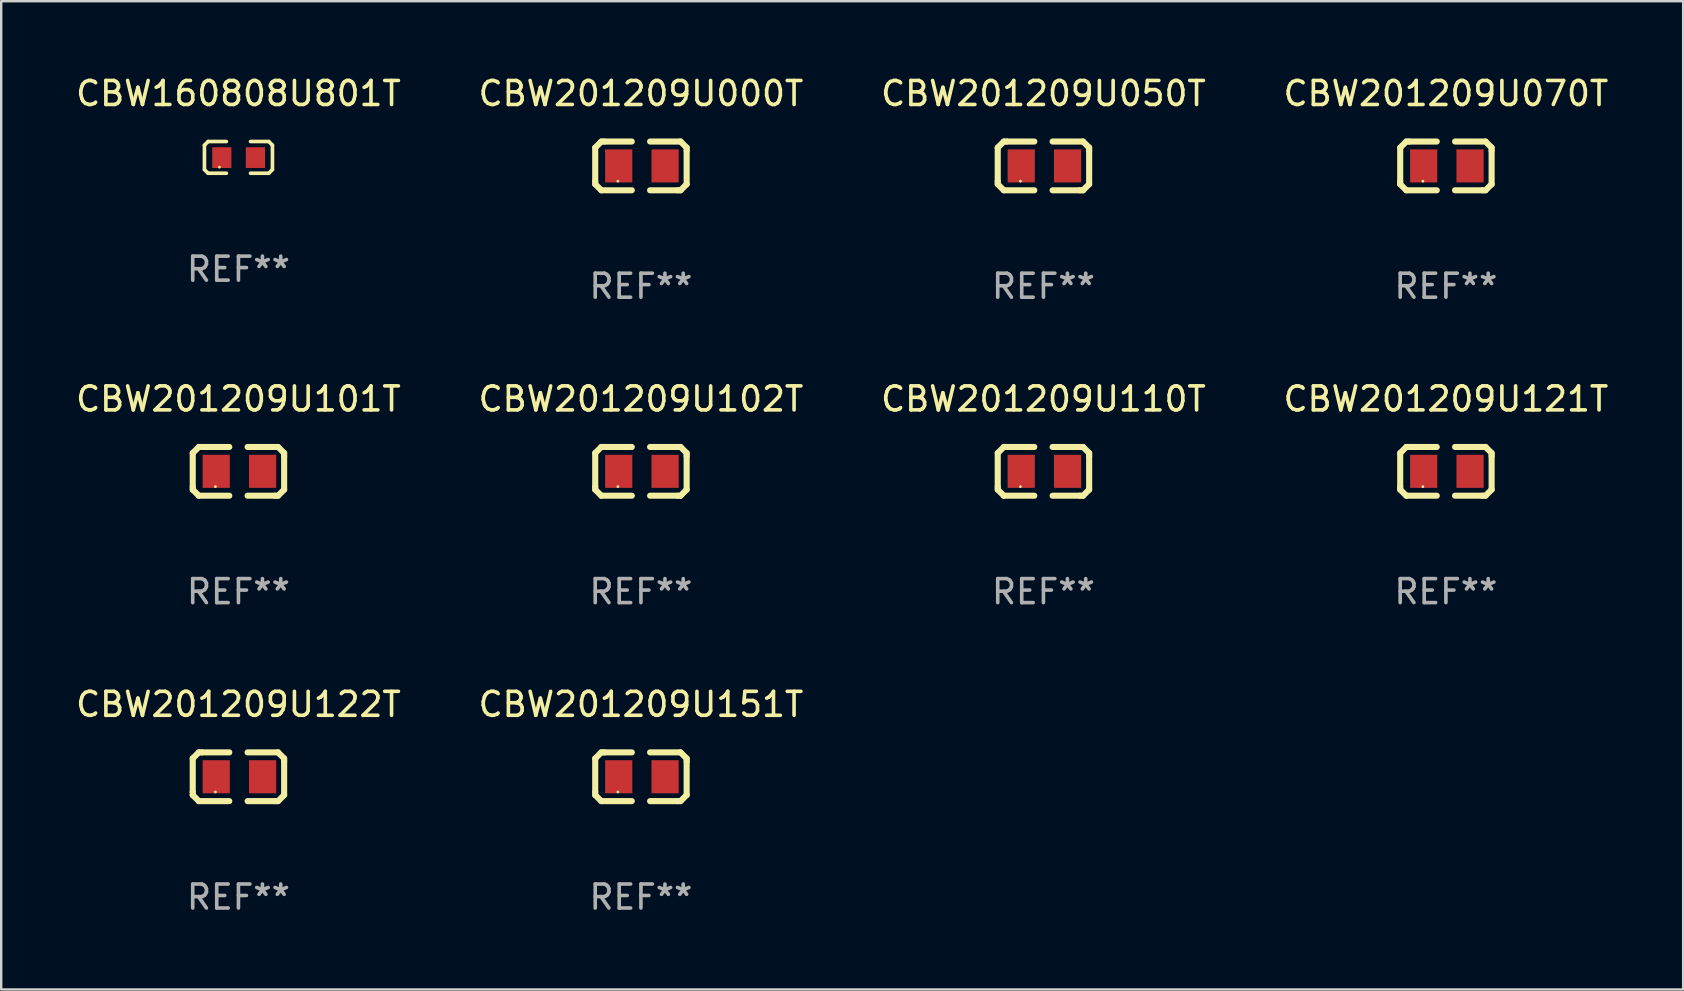
<source format=kicad_pcb>
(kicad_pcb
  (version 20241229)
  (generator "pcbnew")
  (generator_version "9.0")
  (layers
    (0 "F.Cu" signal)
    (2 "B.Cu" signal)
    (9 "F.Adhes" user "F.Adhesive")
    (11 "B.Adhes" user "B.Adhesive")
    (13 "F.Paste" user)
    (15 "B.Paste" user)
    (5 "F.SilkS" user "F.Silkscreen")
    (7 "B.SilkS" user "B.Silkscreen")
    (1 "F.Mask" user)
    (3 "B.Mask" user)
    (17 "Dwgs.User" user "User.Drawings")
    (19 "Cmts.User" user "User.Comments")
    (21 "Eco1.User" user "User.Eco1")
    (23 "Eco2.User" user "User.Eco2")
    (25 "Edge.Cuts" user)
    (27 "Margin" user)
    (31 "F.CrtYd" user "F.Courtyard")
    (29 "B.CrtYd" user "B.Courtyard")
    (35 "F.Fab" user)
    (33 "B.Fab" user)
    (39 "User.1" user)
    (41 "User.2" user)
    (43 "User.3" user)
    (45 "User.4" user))
  (footprint "CBW160808U801T"
    (layer "F.Cu")
    (at 6.887 3.509)
    (property "Reference" "CBW160808U801T" (at 0 -2.661 0) (layer "F.SilkS") (effects (font (size 1 1) (thickness 0.15))))
    (attr through_hole)
    (fp_line (start -1.417 -0.508) (end -1.265 -0.661) (stroke (width 0.152) (type solid)) (layer "F.SilkS"))
    (fp_line (start -1.417 0.508) (end -1.417 -0.508) (stroke (width 0.152) (type solid)) (layer "F.SilkS"))
    (fp_line (start -1.265 -0.661) (end -0.503 -0.661) (stroke (width 0.152) (type solid)) (layer "F.SilkS"))
    (fp_line (start -1.265 0.661) (end -1.417 0.508) (stroke (width 0.152) (type solid)) (layer "F.SilkS"))
    (fp_line (start -1.265 0.661) (end -0.503 0.661) (stroke (width 0.152) (type solid)) (layer "F.SilkS"))
    (fp_line (start 1.265 -0.661) (end 0.503 -0.661) (stroke (width 0.152) (type solid)) (layer "F.SilkS"))
    (fp_line (start 1.265 -0.661) (end 1.417 -0.508) (stroke (width 0.152) (type solid)) (layer "F.SilkS"))
    (fp_line (start 1.265 0.661) (end 0.503 0.661) (stroke (width 0.152) (type solid)) (layer "F.SilkS"))
    (fp_line (start 1.417 -0.508) (end 1.417 0.508) (stroke (width 0.152) (type solid)) (layer "F.SilkS"))
    (fp_line (start 1.417 0.508) (end 1.265 0.661) (stroke (width 0.152) (type solid)) (layer "F.SilkS"))
    (fp_circle (center -0.793 0.409) (end -0.763 0.409) (stroke (width 0.06) (type solid)) (fill no) (layer "F.SilkS"))
    (fp_text user "REF**" (at 0 4.661 0) (layer "F.Fab") (effects (font (size 1 1) (thickness 0.15))))
    (pad "1" smd rect (at -0.693 0.009 180) (size 0.8 0.864) (layers "F.Cu" "F.Mask" "F.Paste"))
    (pad "2" smd rect (at 0.707 0.009 180) (size 0.8 0.864) (layers "F.Cu" "F.Mask" "F.Paste")))
  (footprint "CBW201209U121T"
    (layer "F.Cu")
    (at 57.208 16.593)
    (property "Reference" "CBW201209U121T" (at 0 -3.016 0) (layer "F.SilkS") (effects (font (size 1 1) (thickness 0.15))))
    (attr through_hole)
    (fp_line (start -1.905 -0.762) (end -1.905 0.635) (stroke (width 0.254) (type solid)) (layer "F.SilkS"))
    (fp_line (start -1.905 0.635) (end -1.905 0.762) (stroke (width 0.254) (type solid)) (layer "F.SilkS"))
    (fp_line (start -1.905 0.762) (end -1.651 1.016) (stroke (width 0.254) (type solid)) (layer "F.SilkS"))
    (fp_line (start -1.651 -1.016) (end -1.905 -0.762) (stroke (width 0.254) (type solid)) (layer "F.SilkS"))
    (fp_line (start -1.651 1.016) (end -0.381 1.016) (stroke (width 0.254) (type solid)) (layer "F.SilkS"))
    (fp_line (start -1.524 -1.016) (end -1.651 -1.016) (stroke (width 0.254) (type solid)) (layer "F.SilkS"))
    (fp_line (start -0.381 -1.016) (end -1.524 -1.016) (stroke (width 0.254) (type solid)) (layer "F.SilkS"))
    (fp_line (start 0.381 1.016) (end 1.524 1.016) (stroke (width 0.254) (type solid)) (layer "F.SilkS"))
    (fp_line (start 1.524 1.016) (end 1.651 1.016) (stroke (width 0.254) (type solid)) (layer "F.SilkS"))
    (fp_line (start 1.651 -1.016) (end 0.381 -1.016) (stroke (width 0.254) (type solid)) (layer "F.SilkS"))
    (fp_line (start 1.651 1.016) (end 1.905 0.762) (stroke (width 0.254) (type solid)) (layer "F.SilkS"))
    (fp_line (start 1.905 -0.762) (end 1.651 -1.016) (stroke (width 0.254) (type solid)) (layer "F.SilkS"))
    (fp_line (start 1.905 -0.635) (end 1.905 -0.762) (stroke (width 0.254) (type solid)) (layer "F.SilkS"))
    (fp_line (start 1.905 0.762) (end 1.905 -0.635) (stroke (width 0.254) (type solid)) (layer "F.SilkS"))
    (fp_circle (center -0.96 0.637) (end -0.93 0.637) (stroke (width 0.06) (type solid)) (fill no) (layer "F.SilkS"))
    (fp_text user "REF**" (at 0 5.016 0) (layer "F.Fab") (effects (font (size 1 1) (thickness 0.15))))
    (pad "1" smd rect (at -0.926 -0.000051) (size 1.133 1.377) (layers "F.Cu" "F.Mask" "F.Paste"))
    (pad "2" smd rect (at 1.006 -0.000051) (size 1.133 1.377) (layers "F.Cu" "F.Mask" "F.Paste")))
  (footprint "CBW201209U000T"
    (layer "F.Cu")
    (at 23.661 3.864)
    (property "Reference" "CBW201209U000T" (at 0 -3.016 0) (layer "F.SilkS") (effects (font (size 1 1) (thickness 0.15))))
    (attr through_hole)
    (fp_line (start -1.905 -0.762) (end -1.905 0.635) (stroke (width 0.254) (type solid)) (layer "F.SilkS"))
    (fp_line (start -1.905 0.635) (end -1.905 0.762) (stroke (width 0.254) (type solid)) (layer "F.SilkS"))
    (fp_line (start -1.905 0.762) (end -1.651 1.016) (stroke (width 0.254) (type solid)) (layer "F.SilkS"))
    (fp_line (start -1.651 -1.016) (end -1.905 -0.762) (stroke (width 0.254) (type solid)) (layer "F.SilkS"))
    (fp_line (start -1.651 1.016) (end -0.381 1.016) (stroke (width 0.254) (type solid)) (layer "F.SilkS"))
    (fp_line (start -1.524 -1.016) (end -1.651 -1.016) (stroke (width 0.254) (type solid)) (layer "F.SilkS"))
    (fp_line (start -0.381 -1.016) (end -1.524 -1.016) (stroke (width 0.254) (type solid)) (layer "F.SilkS"))
    (fp_line (start 0.381 1.016) (end 1.524 1.016) (stroke (width 0.254) (type solid)) (layer "F.SilkS"))
    (fp_line (start 1.524 1.016) (end 1.651 1.016) (stroke (width 0.254) (type solid)) (layer "F.SilkS"))
    (fp_line (start 1.651 -1.016) (end 0.381 -1.016) (stroke (width 0.254) (type solid)) (layer "F.SilkS"))
    (fp_line (start 1.651 1.016) (end 1.905 0.762) (stroke (width 0.254) (type solid)) (layer "F.SilkS"))
    (fp_line (start 1.905 -0.762) (end 1.651 -1.016) (stroke (width 0.254) (type solid)) (layer "F.SilkS"))
    (fp_line (start 1.905 -0.635) (end 1.905 -0.762) (stroke (width 0.254) (type solid)) (layer "F.SilkS"))
    (fp_line (start 1.905 0.762) (end 1.905 -0.635) (stroke (width 0.254) (type solid)) (layer "F.SilkS"))
    (fp_circle (center -0.96 0.637) (end -0.93 0.637) (stroke (width 0.06) (type solid)) (fill no) (layer "F.SilkS"))
    (fp_text user "REF**" (at 0 5.016 0) (layer "F.Fab") (effects (font (size 1 1) (thickness 0.15))))
    (pad "1" smd rect (at -0.926 -0.000051) (size 1.133 1.377) (layers "F.Cu" "F.Mask" "F.Paste"))
    (pad "2" smd rect (at 1.006 -0.000051) (size 1.133 1.377) (layers "F.Cu" "F.Mask" "F.Paste")))
  (footprint "CBW201209U122T"
    (layer "F.Cu")
    (at 6.887 29.321)
    (property "Reference" "CBW201209U122T" (at 0 -3.016 0) (layer "F.SilkS") (effects (font (size 1 1) (thickness 0.15))))
    (attr through_hole)
    (fp_line (start -1.905 -0.762) (end -1.905 0.635) (stroke (width 0.254) (type solid)) (layer "F.SilkS"))
    (fp_line (start -1.905 0.635) (end -1.905 0.762) (stroke (width 0.254) (type solid)) (layer "F.SilkS"))
    (fp_line (start -1.905 0.762) (end -1.651 1.016) (stroke (width 0.254) (type solid)) (layer "F.SilkS"))
    (fp_line (start -1.651 -1.016) (end -1.905 -0.762) (stroke (width 0.254) (type solid)) (layer "F.SilkS"))
    (fp_line (start -1.651 1.016) (end -0.381 1.016) (stroke (width 0.254) (type solid)) (layer "F.SilkS"))
    (fp_line (start -1.524 -1.016) (end -1.651 -1.016) (stroke (width 0.254) (type solid)) (layer "F.SilkS"))
    (fp_line (start -0.381 -1.016) (end -1.524 -1.016) (stroke (width 0.254) (type solid)) (layer "F.SilkS"))
    (fp_line (start 0.381 1.016) (end 1.524 1.016) (stroke (width 0.254) (type solid)) (layer "F.SilkS"))
    (fp_line (start 1.524 1.016) (end 1.651 1.016) (stroke (width 0.254) (type solid)) (layer "F.SilkS"))
    (fp_line (start 1.651 -1.016) (end 0.381 -1.016) (stroke (width 0.254) (type solid)) (layer "F.SilkS"))
    (fp_line (start 1.651 1.016) (end 1.905 0.762) (stroke (width 0.254) (type solid)) (layer "F.SilkS"))
    (fp_line (start 1.905 -0.762) (end 1.651 -1.016) (stroke (width 0.254) (type solid)) (layer "F.SilkS"))
    (fp_line (start 1.905 -0.635) (end 1.905 -0.762) (stroke (width 0.254) (type solid)) (layer "F.SilkS"))
    (fp_line (start 1.905 0.762) (end 1.905 -0.635) (stroke (width 0.254) (type solid)) (layer "F.SilkS"))
    (fp_circle (center -0.96 0.637) (end -0.93 0.637) (stroke (width 0.06) (type solid)) (fill no) (layer "F.SilkS"))
    (fp_text user "REF**" (at 0 5.016 0) (layer "F.Fab") (effects (font (size 1 1) (thickness 0.15))))
    (pad "1" smd rect (at -0.926 -0.000051) (size 1.133 1.377) (layers "F.Cu" "F.Mask" "F.Paste"))
    (pad "2" smd rect (at 1.006 -0.000051) (size 1.133 1.377) (layers "F.Cu" "F.Mask" "F.Paste")))
  (footprint "CBW201209U050T"
    (layer "F.Cu")
    (at 40.435 3.864)
    (property "Reference" "CBW201209U050T" (at 0 -3.016 0) (layer "F.SilkS") (effects (font (size 1 1) (thickness 0.15))))
    (attr through_hole)
    (fp_line (start -1.905 -0.762) (end -1.905 0.635) (stroke (width 0.254) (type solid)) (layer "F.SilkS"))
    (fp_line (start -1.905 0.635) (end -1.905 0.762) (stroke (width 0.254) (type solid)) (layer "F.SilkS"))
    (fp_line (start -1.905 0.762) (end -1.651 1.016) (stroke (width 0.254) (type solid)) (layer "F.SilkS"))
    (fp_line (start -1.651 -1.016) (end -1.905 -0.762) (stroke (width 0.254) (type solid)) (layer "F.SilkS"))
    (fp_line (start -1.651 1.016) (end -0.381 1.016) (stroke (width 0.254) (type solid)) (layer "F.SilkS"))
    (fp_line (start -1.524 -1.016) (end -1.651 -1.016) (stroke (width 0.254) (type solid)) (layer "F.SilkS"))
    (fp_line (start -0.381 -1.016) (end -1.524 -1.016) (stroke (width 0.254) (type solid)) (layer "F.SilkS"))
    (fp_line (start 0.381 1.016) (end 1.524 1.016) (stroke (width 0.254) (type solid)) (layer "F.SilkS"))
    (fp_line (start 1.524 1.016) (end 1.651 1.016) (stroke (width 0.254) (type solid)) (layer "F.SilkS"))
    (fp_line (start 1.651 -1.016) (end 0.381 -1.016) (stroke (width 0.254) (type solid)) (layer "F.SilkS"))
    (fp_line (start 1.651 1.016) (end 1.905 0.762) (stroke (width 0.254) (type solid)) (layer "F.SilkS"))
    (fp_line (start 1.905 -0.762) (end 1.651 -1.016) (stroke (width 0.254) (type solid)) (layer "F.SilkS"))
    (fp_line (start 1.905 -0.635) (end 1.905 -0.762) (stroke (width 0.254) (type solid)) (layer "F.SilkS"))
    (fp_line (start 1.905 0.762) (end 1.905 -0.635) (stroke (width 0.254) (type solid)) (layer "F.SilkS"))
    (fp_circle (center -0.96 0.637) (end -0.93 0.637) (stroke (width 0.06) (type solid)) (fill no) (layer "F.SilkS"))
    (fp_text user "REF**" (at 0 5.016 0) (layer "F.Fab") (effects (font (size 1 1) (thickness 0.15))))
    (pad "1" smd rect (at -0.926 -0.000051) (size 1.133 1.377) (layers "F.Cu" "F.Mask" "F.Paste"))
    (pad "2" smd rect (at 1.006 -0.000051) (size 1.133 1.377) (layers "F.Cu" "F.Mask" "F.Paste")))
  (footprint "CBW201209U102T"
    (layer "F.Cu")
    (at 23.661 16.593)
    (property "Reference" "CBW201209U102T" (at 0 -3.016 0) (layer "F.SilkS") (effects (font (size 1 1) (thickness 0.15))))
    (attr through_hole)
    (fp_line (start -1.905 -0.762) (end -1.905 0.635) (stroke (width 0.254) (type solid)) (layer "F.SilkS"))
    (fp_line (start -1.905 0.635) (end -1.905 0.762) (stroke (width 0.254) (type solid)) (layer "F.SilkS"))
    (fp_line (start -1.905 0.762) (end -1.651 1.016) (stroke (width 0.254) (type solid)) (layer "F.SilkS"))
    (fp_line (start -1.651 -1.016) (end -1.905 -0.762) (stroke (width 0.254) (type solid)) (layer "F.SilkS"))
    (fp_line (start -1.651 1.016) (end -0.381 1.016) (stroke (width 0.254) (type solid)) (layer "F.SilkS"))
    (fp_line (start -1.524 -1.016) (end -1.651 -1.016) (stroke (width 0.254) (type solid)) (layer "F.SilkS"))
    (fp_line (start -0.381 -1.016) (end -1.524 -1.016) (stroke (width 0.254) (type solid)) (layer "F.SilkS"))
    (fp_line (start 0.381 1.016) (end 1.524 1.016) (stroke (width 0.254) (type solid)) (layer "F.SilkS"))
    (fp_line (start 1.524 1.016) (end 1.651 1.016) (stroke (width 0.254) (type solid)) (layer "F.SilkS"))
    (fp_line (start 1.651 -1.016) (end 0.381 -1.016) (stroke (width 0.254) (type solid)) (layer "F.SilkS"))
    (fp_line (start 1.651 1.016) (end 1.905 0.762) (stroke (width 0.254) (type solid)) (layer "F.SilkS"))
    (fp_line (start 1.905 -0.762) (end 1.651 -1.016) (stroke (width 0.254) (type solid)) (layer "F.SilkS"))
    (fp_line (start 1.905 -0.635) (end 1.905 -0.762) (stroke (width 0.254) (type solid)) (layer "F.SilkS"))
    (fp_line (start 1.905 0.762) (end 1.905 -0.635) (stroke (width 0.254) (type solid)) (layer "F.SilkS"))
    (fp_circle (center -0.96 0.637) (end -0.93 0.637) (stroke (width 0.06) (type solid)) (fill no) (layer "F.SilkS"))
    (fp_text user "REF**" (at 0 5.016 0) (layer "F.Fab") (effects (font (size 1 1) (thickness 0.15))))
    (pad "1" smd rect (at -0.926 -0.000051) (size 1.133 1.377) (layers "F.Cu" "F.Mask" "F.Paste"))
    (pad "2" smd rect (at 1.006 -0.000051) (size 1.133 1.377) (layers "F.Cu" "F.Mask" "F.Paste")))
  (footprint "CBW201209U110T"
    (layer "F.Cu")
    (at 40.435 16.593)
    (property "Reference" "CBW201209U110T" (at 0 -3.016 0) (layer "F.SilkS") (effects (font (size 1 1) (thickness 0.15))))
    (attr through_hole)
    (fp_line (start -1.905 -0.762) (end -1.905 0.635) (stroke (width 0.254) (type solid)) (layer "F.SilkS"))
    (fp_line (start -1.905 0.635) (end -1.905 0.762) (stroke (width 0.254) (type solid)) (layer "F.SilkS"))
    (fp_line (start -1.905 0.762) (end -1.651 1.016) (stroke (width 0.254) (type solid)) (layer "F.SilkS"))
    (fp_line (start -1.651 -1.016) (end -1.905 -0.762) (stroke (width 0.254) (type solid)) (layer "F.SilkS"))
    (fp_line (start -1.651 1.016) (end -0.381 1.016) (stroke (width 0.254) (type solid)) (layer "F.SilkS"))
    (fp_line (start -1.524 -1.016) (end -1.651 -1.016) (stroke (width 0.254) (type solid)) (layer "F.SilkS"))
    (fp_line (start -0.381 -1.016) (end -1.524 -1.016) (stroke (width 0.254) (type solid)) (layer "F.SilkS"))
    (fp_line (start 0.381 1.016) (end 1.524 1.016) (stroke (width 0.254) (type solid)) (layer "F.SilkS"))
    (fp_line (start 1.524 1.016) (end 1.651 1.016) (stroke (width 0.254) (type solid)) (layer "F.SilkS"))
    (fp_line (start 1.651 -1.016) (end 0.381 -1.016) (stroke (width 0.254) (type solid)) (layer "F.SilkS"))
    (fp_line (start 1.651 1.016) (end 1.905 0.762) (stroke (width 0.254) (type solid)) (layer "F.SilkS"))
    (fp_line (start 1.905 -0.762) (end 1.651 -1.016) (stroke (width 0.254) (type solid)) (layer "F.SilkS"))
    (fp_line (start 1.905 -0.635) (end 1.905 -0.762) (stroke (width 0.254) (type solid)) (layer "F.SilkS"))
    (fp_line (start 1.905 0.762) (end 1.905 -0.635) (stroke (width 0.254) (type solid)) (layer "F.SilkS"))
    (fp_circle (center -0.96 0.637) (end -0.93 0.637) (stroke (width 0.06) (type solid)) (fill no) (layer "F.SilkS"))
    (fp_text user "REF**" (at 0 5.016 0) (layer "F.Fab") (effects (font (size 1 1) (thickness 0.15))))
    (pad "1" smd rect (at -0.926 -0.000051) (size 1.133 1.377) (layers "F.Cu" "F.Mask" "F.Paste"))
    (pad "2" smd rect (at 1.006 -0.000051) (size 1.133 1.377) (layers "F.Cu" "F.Mask" "F.Paste")))
  (footprint "CBW201209U070T"
    (layer "F.Cu")
    (at 57.208 3.864)
    (property "Reference" "CBW201209U070T" (at 0 -3.016 0) (layer "F.SilkS") (effects (font (size 1 1) (thickness 0.15))))
    (attr through_hole)
    (fp_line (start -1.905 -0.762) (end -1.905 0.635) (stroke (width 0.254) (type solid)) (layer "F.SilkS"))
    (fp_line (start -1.905 0.635) (end -1.905 0.762) (stroke (width 0.254) (type solid)) (layer "F.SilkS"))
    (fp_line (start -1.905 0.762) (end -1.651 1.016) (stroke (width 0.254) (type solid)) (layer "F.SilkS"))
    (fp_line (start -1.651 -1.016) (end -1.905 -0.762) (stroke (width 0.254) (type solid)) (layer "F.SilkS"))
    (fp_line (start -1.651 1.016) (end -0.381 1.016) (stroke (width 0.254) (type solid)) (layer "F.SilkS"))
    (fp_line (start -1.524 -1.016) (end -1.651 -1.016) (stroke (width 0.254) (type solid)) (layer "F.SilkS"))
    (fp_line (start -0.381 -1.016) (end -1.524 -1.016) (stroke (width 0.254) (type solid)) (layer "F.SilkS"))
    (fp_line (start 0.381 1.016) (end 1.524 1.016) (stroke (width 0.254) (type solid)) (layer "F.SilkS"))
    (fp_line (start 1.524 1.016) (end 1.651 1.016) (stroke (width 0.254) (type solid)) (layer "F.SilkS"))
    (fp_line (start 1.651 -1.016) (end 0.381 -1.016) (stroke (width 0.254) (type solid)) (layer "F.SilkS"))
    (fp_line (start 1.651 1.016) (end 1.905 0.762) (stroke (width 0.254) (type solid)) (layer "F.SilkS"))
    (fp_line (start 1.905 -0.762) (end 1.651 -1.016) (stroke (width 0.254) (type solid)) (layer "F.SilkS"))
    (fp_line (start 1.905 -0.635) (end 1.905 -0.762) (stroke (width 0.254) (type solid)) (layer "F.SilkS"))
    (fp_line (start 1.905 0.762) (end 1.905 -0.635) (stroke (width 0.254) (type solid)) (layer "F.SilkS"))
    (fp_circle (center -0.96 0.637) (end -0.93 0.637) (stroke (width 0.06) (type solid)) (fill no) (layer "F.SilkS"))
    (fp_text user "REF**" (at 0 5.016 0) (layer "F.Fab") (effects (font (size 1 1) (thickness 0.15))))
    (pad "1" smd rect (at -0.926 -0.000051) (size 1.133 1.377) (layers "F.Cu" "F.Mask" "F.Paste"))
    (pad "2" smd rect (at 1.006 -0.000051) (size 1.133 1.377) (layers "F.Cu" "F.Mask" "F.Paste")))
  (footprint "CBW201209U101T"
    (layer "F.Cu")
    (at 6.887 16.593)
    (property "Reference" "CBW201209U101T" (at 0 -3.016 0) (layer "F.SilkS") (effects (font (size 1 1) (thickness 0.15))))
    (attr through_hole)
    (fp_line (start -1.905 -0.762) (end -1.905 0.635) (stroke (width 0.254) (type solid)) (layer "F.SilkS"))
    (fp_line (start -1.905 0.635) (end -1.905 0.762) (stroke (width 0.254) (type solid)) (layer "F.SilkS"))
    (fp_line (start -1.905 0.762) (end -1.651 1.016) (stroke (width 0.254) (type solid)) (layer "F.SilkS"))
    (fp_line (start -1.651 -1.016) (end -1.905 -0.762) (stroke (width 0.254) (type solid)) (layer "F.SilkS"))
    (fp_line (start -1.651 1.016) (end -0.381 1.016) (stroke (width 0.254) (type solid)) (layer "F.SilkS"))
    (fp_line (start -1.524 -1.016) (end -1.651 -1.016) (stroke (width 0.254) (type solid)) (layer "F.SilkS"))
    (fp_line (start -0.381 -1.016) (end -1.524 -1.016) (stroke (width 0.254) (type solid)) (layer "F.SilkS"))
    (fp_line (start 0.381 1.016) (end 1.524 1.016) (stroke (width 0.254) (type solid)) (layer "F.SilkS"))
    (fp_line (start 1.524 1.016) (end 1.651 1.016) (stroke (width 0.254) (type solid)) (layer "F.SilkS"))
    (fp_line (start 1.651 -1.016) (end 0.381 -1.016) (stroke (width 0.254) (type solid)) (layer "F.SilkS"))
    (fp_line (start 1.651 1.016) (end 1.905 0.762) (stroke (width 0.254) (type solid)) (layer "F.SilkS"))
    (fp_line (start 1.905 -0.762) (end 1.651 -1.016) (stroke (width 0.254) (type solid)) (layer "F.SilkS"))
    (fp_line (start 1.905 -0.635) (end 1.905 -0.762) (stroke (width 0.254) (type solid)) (layer "F.SilkS"))
    (fp_line (start 1.905 0.762) (end 1.905 -0.635) (stroke (width 0.254) (type solid)) (layer "F.SilkS"))
    (fp_circle (center -0.96 0.637) (end -0.93 0.637) (stroke (width 0.06) (type solid)) (fill no) (layer "F.SilkS"))
    (fp_text user "REF**" (at 0 5.016 0) (layer "F.Fab") (effects (font (size 1 1) (thickness 0.15))))
    (pad "1" smd rect (at -0.926 -0.000051) (size 1.133 1.377) (layers "F.Cu" "F.Mask" "F.Paste"))
    (pad "2" smd rect (at 1.006 -0.000051) (size 1.133 1.377) (layers "F.Cu" "F.Mask" "F.Paste")))
  (footprint "CBW201209U151T"
    (layer "F.Cu")
    (at 23.661 29.321)
    (property "Reference" "CBW201209U151T" (at 0 -3.016 0) (layer "F.SilkS") (effects (font (size 1 1) (thickness 0.15))))
    (attr through_hole)
    (fp_line (start -1.905 -0.762) (end -1.905 0.635) (stroke (width 0.254) (type solid)) (layer "F.SilkS"))
    (fp_line (start -1.905 0.635) (end -1.905 0.762) (stroke (width 0.254) (type solid)) (layer "F.SilkS"))
    (fp_line (start -1.905 0.762) (end -1.651 1.016) (stroke (width 0.254) (type solid)) (layer "F.SilkS"))
    (fp_line (start -1.651 -1.016) (end -1.905 -0.762) (stroke (width 0.254) (type solid)) (layer "F.SilkS"))
    (fp_line (start -1.651 1.016) (end -0.381 1.016) (stroke (width 0.254) (type solid)) (layer "F.SilkS"))
    (fp_line (start -1.524 -1.016) (end -1.651 -1.016) (stroke (width 0.254) (type solid)) (layer "F.SilkS"))
    (fp_line (start -0.381 -1.016) (end -1.524 -1.016) (stroke (width 0.254) (type solid)) (layer "F.SilkS"))
    (fp_line (start 0.381 1.016) (end 1.524 1.016) (stroke (width 0.254) (type solid)) (layer "F.SilkS"))
    (fp_line (start 1.524 1.016) (end 1.651 1.016) (stroke (width 0.254) (type solid)) (layer "F.SilkS"))
    (fp_line (start 1.651 -1.016) (end 0.381 -1.016) (stroke (width 0.254) (type solid)) (layer "F.SilkS"))
    (fp_line (start 1.651 1.016) (end 1.905 0.762) (stroke (width 0.254) (type solid)) (layer "F.SilkS"))
    (fp_line (start 1.905 -0.762) (end 1.651 -1.016) (stroke (width 0.254) (type solid)) (layer "F.SilkS"))
    (fp_line (start 1.905 -0.635) (end 1.905 -0.762) (stroke (width 0.254) (type solid)) (layer "F.SilkS"))
    (fp_line (start 1.905 0.762) (end 1.905 -0.635) (stroke (width 0.254) (type solid)) (layer "F.SilkS"))
    (fp_circle (center -0.96 0.637) (end -0.93 0.637) (stroke (width 0.06) (type solid)) (fill no) (layer "F.SilkS"))
    (fp_text user "REF**" (at 0 5.016 0) (layer "F.Fab") (effects (font (size 1 1) (thickness 0.15))))
    (pad "1" smd rect (at -0.926 -0.000051) (size 1.133 1.377) (layers "F.Cu" "F.Mask" "F.Paste"))
    (pad "2" smd rect (at 1.006 -0.000051) (size 1.133 1.377) (layers "F.Cu" "F.Mask" "F.Paste")))
  (gr_rect
    (start -3 -3)
    (end 67.095 38.186)
    (stroke (width 0.1) (type default))
    (fill no)
    (layer "Edge.Cuts")))
</source>
